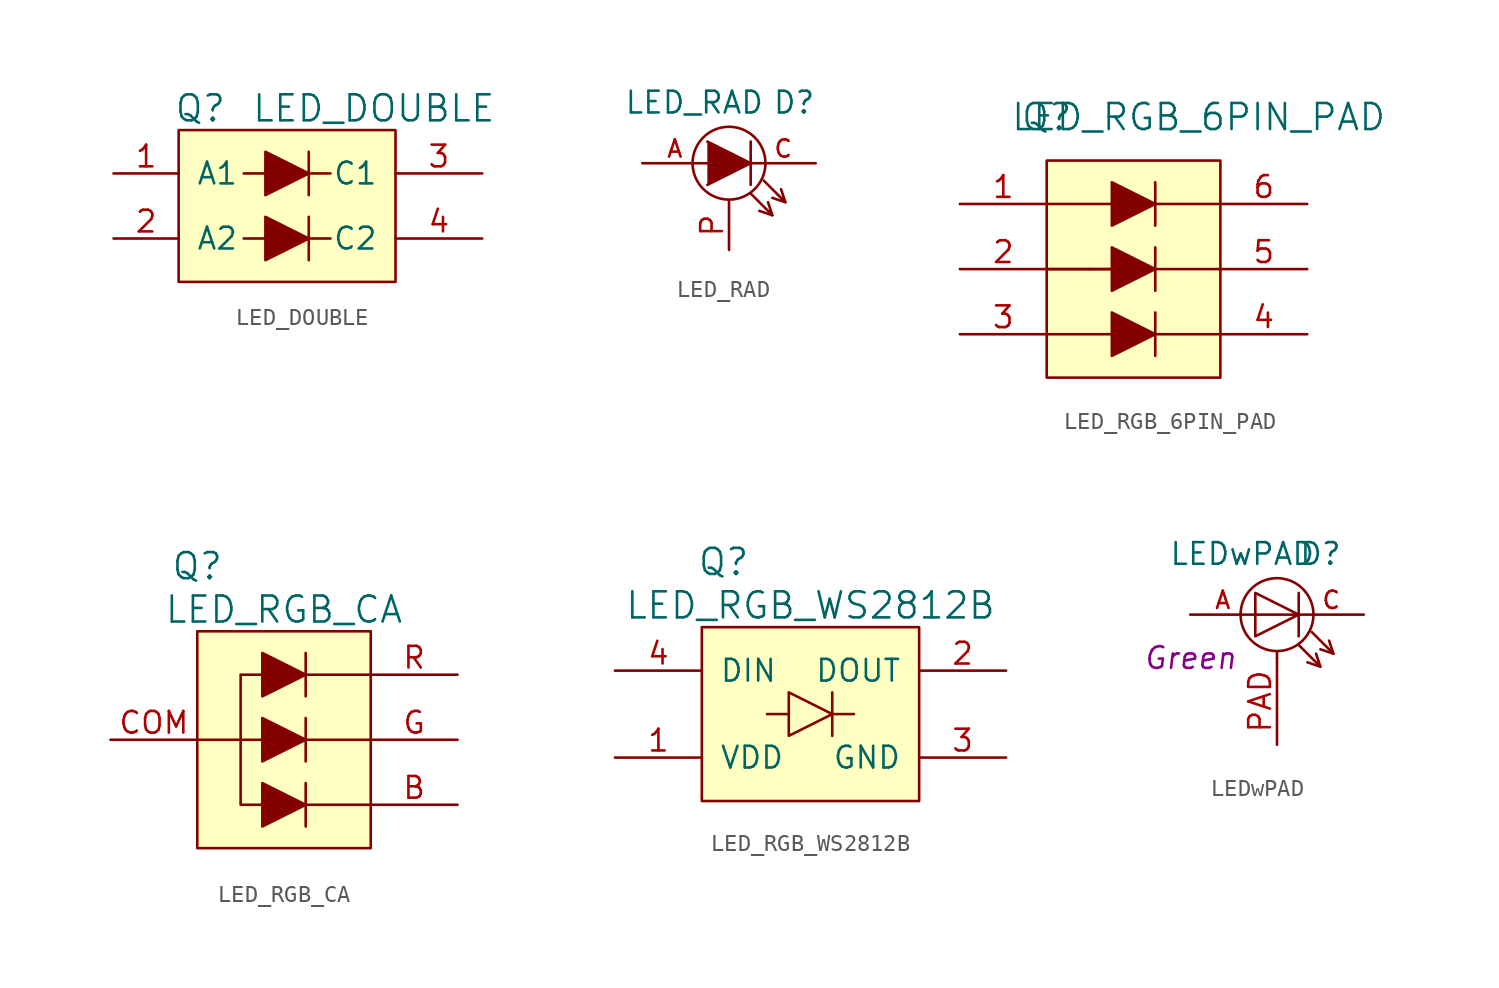
<source format=kicad_sym>
(kicad_symbol_lib
  (version 20201005)
  (generator kicad_symbol_editor)
  (symbol "Tittar_kl:LED_DOUBLE"
    (pin_names
      (offset 1.016))
    (property "Reference" "Q"
      (at -5.08 5.08 0)
      (effects (font (size 1.524 1.524))))
    (property "Value" "LED_DOUBLE"
      (at 5.08 5.08 0)
      (effects (font (size 1.524 1.524))))
    (property "Footprint" ""
      (at 0 -2.54 0)
      (effects (font (size 1.524 1.524))))
    (property "Datasheet" ""
      (at 0 -2.54 0)
      (effects (font (size 1.524 1.524))))
    (symbol "LED_DOUBLE_0_1"
      (rectangle (start -6.35 3.81) (end 6.35 -5.08) (stroke (width 0)) (fill (type background)))
      (polyline (pts (xy -2.54 1.27) (xy -1.27 1.27)) (stroke (width 0)) (fill (type none)))
      (polyline (pts (xy 1.27 -2.54) (xy 2.54 -2.54)) (stroke (width 0)) (fill (type none)))
      (polyline (pts (xy 1.27 1.27) (xy 2.54 1.27)) (stroke (width 0)) (fill (type none)))
      (polyline (pts (xy -2.54 -2.54) (xy -1.27 -2.54) (xy -1.27 -2.54)) (stroke (width 0)) (fill (type none)))
      (polyline (pts (xy 1.27 -1.27) (xy 1.27 -3.81) (xy 1.27 -3.81)) (stroke (width 0)) (fill (type none)))
      (polyline (pts (xy 1.27 2.54) (xy 1.27 0) (xy 1.27 0)) (stroke (width 0)) (fill (type none)))
      (polyline (pts (xy -1.27 -1.27) (xy -1.27 -3.81) (xy 1.27 -2.54) (xy -1.27 -1.27) (xy -1.27 -1.27)) (stroke (width 0)) (fill (type outline)))
      (polyline (pts (xy -1.27 2.54) (xy -1.27 0) (xy 1.27 1.27) (xy -1.27 2.54) (xy -1.27 2.54)) (stroke (width 0)) (fill (type outline))))
    (symbol "LED_DOUBLE_1_1"
      (pin passive line (at -10.16 1.27 0) (length 3.81) (name "A1" (effects (font (size 1.27 1.27)))) (number "1" (effects (font (size 1.27 1.27)))))
      (pin passive line (at -10.16 -2.54 0) (length 3.81) (name "A2" (effects (font (size 1.27 1.27)))) (number "2" (effects (font (size 1.27 1.27)))))
      (pin passive line (at 11.43 1.27 180) (length 5.08) (name "C1" (effects (font (size 1.27 1.27)))) (number "3" (effects (font (size 1.27 1.27)))))
      (pin passive line (at 11.43 -2.54 180) (length 5.08) (name "C2" (effects (font (size 1.27 1.27)))) (number "4" (effects (font (size 1.27 1.27)))))))
  (symbol "Tittar_kl:LED_RAD"
    (pin_names
      (offset 1.016) hide)
    (property "Reference" "D"
      (at 3.81 3.556 0)
      (effects (font (size 1.27 1.27))))
    (property "Value" "LED_RAD"
      (at -2.032 3.556 0)
      (effects (font (size 1.27 1.27))))
    (property "Footprint" ""
      (at 0 0 0)
      (effects (font (size 1.524 1.524))))
    (property "Datasheet" ""
      (at 0 0 0)
      (effects (font (size 1.524 1.524))))
    (symbol "LED_RAD_0_1"
      (circle (center 0 0) (radius 2.134) (stroke (width 0)) (fill (type none)))
      (polyline (pts (xy 1.27 1.27) (xy 1.27 -1.27)) (stroke (width 0)) (fill (type none)))
      (polyline (pts (xy 2.54 -3.048) (xy 1.778 -2.794)) (stroke (width 0)) (fill (type none)))
      (polyline (pts (xy 3.302 -2.286) (xy 2.54 -2.032)) (stroke (width 0)) (fill (type none)))
      (polyline (pts (xy -1.27 1.27) (xy 1.27 0) (xy -1.27 -1.27)) (stroke (width 0)) (fill (type outline)))
      (polyline (pts (xy 1.27 -1.778) (xy 2.54 -3.048) (xy 2.286 -2.286) (xy 2.286 -2.286)) (stroke (width 0)) (fill (type none)))
      (polyline (pts (xy 2.032 -1.016) (xy 3.302 -2.286) (xy 3.048 -1.524) (xy 3.048 -1.524)) (stroke (width 0)) (fill (type none))))
    (symbol "LED_RAD_1_1"
      (pin passive line (at -5.08 0 0) (length 3.81) (name "A" (effects (font (size 1.016 1.016)))) (number "A" (effects (font (size 1.016 1.016)))))
      (pin passive line (at 5.08 0 180) (length 3.81) (name "C" (effects (font (size 1.016 1.016)))) (number "C" (effects (font (size 1.016 1.016)))))
      (pin passive line (at 0 -5.08 90) (length 2.87) (name "~" (effects (font (size 1.27 1.27)))) (number "P" (effects (font (size 1.27 1.27)))))))
  (symbol "Tittar_kl:LED_RGB_6PIN_PAD"
    (pin_names
      (offset 1.016) hide)
    (property "Reference" "Q"
      (at -5.08 8.89 0)
      (effects (font (size 1.524 1.524))))
    (property "Value" "LED_RGB_6PIN_PAD"
      (at 3.81 8.89 0)
      (effects (font (size 1.524 1.524))))
    (symbol "LED_RGB_6PIN_PAD_0_1"
      (rectangle (start -5.08 6.35) (end 5.08 -6.35) (stroke (width 0)) (fill (type background)))
      (polyline (pts (xy -5.08 -3.81) (xy -1.27 -3.81) (xy -1.27 -3.81)) (stroke (width 0)) (fill (type none)))
      (polyline (pts (xy -5.08 0) (xy -2.54 0) (xy -2.54 0)) (stroke (width 0)) (fill (type none)))
      (polyline (pts (xy -5.08 0) (xy -1.27 0) (xy -1.27 0)) (stroke (width 0)) (fill (type none)))
      (polyline (pts (xy -5.08 3.81) (xy -1.27 3.81) (xy -1.27 3.81)) (stroke (width 0)) (fill (type none)))
      (polyline (pts (xy -2.54 0) (xy -1.27 0) (xy -1.27 0)) (stroke (width 0)) (fill (type none)))
      (polyline (pts (xy 1.27 -3.81) (xy 5.08 -3.81) (xy 5.08 -3.81)) (stroke (width 0)) (fill (type none)))
      (polyline (pts (xy 1.27 -2.54) (xy 1.27 -5.08) (xy 1.27 -5.08)) (stroke (width 0)) (fill (type none)))
      (polyline (pts (xy 1.27 0) (xy 5.08 0) (xy 5.08 0)) (stroke (width 0)) (fill (type none)))
      (polyline (pts (xy 1.27 1.27) (xy 1.27 -1.27) (xy 1.27 -1.27)) (stroke (width 0)) (fill (type none)))
      (polyline (pts (xy 1.27 3.81) (xy 5.08 3.81) (xy 5.08 3.81)) (stroke (width 0)) (fill (type none)))
      (polyline (pts (xy 1.27 5.08) (xy 1.27 2.54) (xy 1.27 2.54)) (stroke (width 0)) (fill (type none)))
      (polyline (pts (xy -1.27 -2.54) (xy -1.27 -5.08) (xy 1.27 -3.81) (xy -1.27 -2.54) (xy -1.27 -2.54)) (stroke (width 0)) (fill (type outline)))
      (polyline (pts (xy -1.27 1.27) (xy -1.27 -1.27) (xy 1.27 0) (xy -1.27 1.27) (xy -1.27 1.27)) (stroke (width 0)) (fill (type outline)))
      (polyline (pts (xy -1.27 5.08) (xy -1.27 2.54) (xy 1.27 3.81) (xy -1.27 5.08) (xy -1.27 5.08)) (stroke (width 0)) (fill (type outline))))
    (symbol "LED_RGB_6PIN_PAD_1_1"
      (pin passive line (at -10.16 3.81 0) (length 5.08) (name "~" (effects (font (size 1.27 1.27)))) (number "1" (effects (font (size 1.27 1.27)))))
      (pin passive line (at -10.16 0 0) (length 5.08) (name "~" (effects (font (size 1.27 1.27)))) (number "2" (effects (font (size 1.27 1.27)))))
      (pin passive line (at -10.16 -3.81 0) (length 5.08) (name "~" (effects (font (size 1.27 1.27)))) (number "3" (effects (font (size 1.27 1.27)))))
      (pin passive line (at 10.16 -3.81 180) (length 5.08) (name "B" (effects (font (size 1.27 1.27)))) (number "4" (effects (font (size 1.27 1.27)))))
      (pin passive line (at 10.16 0 180) (length 5.08) (name "G" (effects (font (size 1.27 1.27)))) (number "5" (effects (font (size 1.27 1.27)))))
      (pin passive line (at 10.16 3.81 180) (length 5.08) (name "~" (effects (font (size 1.27 1.27)))) (number "6" (effects (font (size 1.27 1.27)))))))
  (symbol "Tittar_kl:LED_RGB_CA"
    (pin_names
      (offset 1.016) hide)
    (property "Reference" "Q"
      (at -5.08 10.16 0)
      (effects (font (size 1.524 1.524))))
    (property "Value" "LED_RGB_CA"
      (at 0 7.62 0)
      (effects (font (size 1.524 1.524))))
    (property "Footprint" ""
      (at 0 0 0)
      (effects (font (size 1.524 1.524))))
    (property "Datasheet" ""
      (at 0 0 0)
      (effects (font (size 1.524 1.524))))
    (symbol "LED_RGB_CA_0_1"
      (rectangle (start -5.08 6.35) (end 5.08 -6.35) (stroke (width 0)) (fill (type background)))
      (polyline (pts (xy -5.08 0) (xy -2.54 0) (xy -2.54 0)) (stroke (width 0)) (fill (type none)))
      (polyline (pts (xy -2.54 0) (xy -1.27 0) (xy -1.27 0)) (stroke (width 0)) (fill (type none)))
      (polyline (pts (xy 1.27 -3.81) (xy 5.08 -3.81) (xy 5.08 -3.81)) (stroke (width 0)) (fill (type none)))
      (polyline (pts (xy 1.27 -2.54) (xy 1.27 -5.08) (xy 1.27 -5.08)) (stroke (width 0)) (fill (type none)))
      (polyline (pts (xy 1.27 0) (xy 5.08 0) (xy 5.08 0)) (stroke (width 0)) (fill (type none)))
      (polyline (pts (xy 1.27 1.27) (xy 1.27 -1.27) (xy 1.27 -1.27)) (stroke (width 0)) (fill (type none)))
      (polyline (pts (xy 1.27 3.81) (xy 5.08 3.81) (xy 5.08 3.81)) (stroke (width 0)) (fill (type none)))
      (polyline (pts (xy 1.27 5.08) (xy 1.27 2.54) (xy 1.27 2.54)) (stroke (width 0)) (fill (type none)))
      (polyline (pts (xy -1.27 -2.54) (xy -1.27 -5.08) (xy 1.27 -3.81) (xy -1.27 -2.54) (xy -1.27 -2.54)) (stroke (width 0)) (fill (type outline)))
      (polyline (pts (xy -1.27 1.27) (xy -1.27 -1.27) (xy 1.27 0) (xy -1.27 1.27) (xy -1.27 1.27)) (stroke (width 0)) (fill (type outline)))
      (polyline (pts (xy -1.27 3.81) (xy -2.54 3.81) (xy -2.54 -3.81) (xy -1.27 -3.81) (xy -1.27 -3.81)) (stroke (width 0)) (fill (type none)))
      (polyline (pts (xy -1.27 5.08) (xy -1.27 2.54) (xy 1.27 3.81) (xy -1.27 5.08) (xy -1.27 5.08)) (stroke (width 0)) (fill (type outline))))
    (symbol "LED_RGB_CA_1_1"
      (pin passive line (at 10.16 -3.81 180) (length 5.08) (name "B" (effects (font (size 1.27 1.27)))) (number "B" (effects (font (size 1.27 1.27)))))
      (pin passive line (at -10.16 0 0) (length 5.08) (name "COM" (effects (font (size 1.27 1.27)))) (number "COM" (effects (font (size 1.27 1.27)))))
      (pin passive line (at 10.16 0 180) (length 5.08) (name "G" (effects (font (size 1.27 1.27)))) (number "G" (effects (font (size 1.27 1.27)))))
      (pin passive line (at 10.16 3.81 180) (length 5.08) (name "R" (effects (font (size 1.27 1.27)))) (number "R" (effects (font (size 1.27 1.27)))))))
  (symbol "Tittar_kl:LED_RGB_WS2812B"
    (pin_names
      (offset 1.016))
    (property "Reference" "Q"
      (at -5.08 8.89 0)
      (effects (font (size 1.524 1.524))))
    (property "Value" "LED_RGB_WS2812B"
      (at 0 6.35 0)
      (effects (font (size 1.524 1.524))))
    (symbol "LED_RGB_WS2812B_0_1"
      (rectangle (start -6.35 5.08) (end 6.35 -5.08) (stroke (width 0)) (fill (type background)))
      (polyline (pts (xy -1.27 0) (xy -2.54 0)) (stroke (width 0)) (fill (type none)))
      (polyline (pts (xy 1.27 0) (xy 2.54 0)) (stroke (width 0)) (fill (type none)))
      (polyline (pts (xy 1.27 1.27) (xy 1.27 -1.27)) (stroke (width 0)) (fill (type none)))
      (polyline (pts (xy -1.27 1.27) (xy 1.27 0) (xy -1.27 -1.27) (xy -1.27 1.27)) (stroke (width 0)) (fill (type none))))
    (symbol "LED_RGB_WS2812B_1_1"
      (pin power_in line (at -11.43 -2.54 0) (length 5.08) (name "VDD" (effects (font (size 1.27 1.27)))) (number "1" (effects (font (size 1.27 1.27)))))
      (pin passive line (at 11.43 2.54 180) (length 5.08) (name "DOUT" (effects (font (size 1.27 1.27)))) (number "2" (effects (font (size 1.27 1.27)))))
      (pin power_in line (at 11.43 -2.54 180) (length 5.08) (name "GND" (effects (font (size 1.27 1.27)))) (number "3" (effects (font (size 1.27 1.27)))))
      (pin passive line (at -11.43 2.54 0) (length 5.08) (name "DIN" (effects (font (size 1.27 1.27)))) (number "4" (effects (font (size 1.27 1.27)))))))
  (symbol "Tittar_kl:LEDwPAD"
    (pin_names
      (offset 1.016) hide)
    (property "Reference" "D"
      (at 2.54 3.556 0)
      (effects (font (size 1.27 1.27))))
    (property "Value" "LEDwPAD"
      (at -2.032 3.556 0)
      (effects (font (size 1.27 1.27))))
    (property "Color" "Green"
      (at -5.08 -2.54 0)
      (effects (font (size 1.27 1.27) italic)))
    (symbol "LEDwPAD_0_1"
      (circle (center 0 0) (radius 2.134) (stroke (width 0)) (fill (type none)))
      (polyline (pts (xy 0 -2.54) (xy 0 -2.159)) (stroke (width 0)) (fill (type none)))
      (polyline (pts (xy 1.27 1.27) (xy 1.27 -1.27)) (stroke (width 0)) (fill (type none)))
      (polyline (pts (xy 2.54 -3.048) (xy 1.778 -2.794)) (stroke (width 0)) (fill (type none)))
      (polyline (pts (xy 3.302 -2.286) (xy 2.54 -2.032)) (stroke (width 0)) (fill (type none)))
      (polyline (pts (xy 1.27 -1.778) (xy 2.54 -3.048) (xy 2.286 -2.286) (xy 2.286 -2.286)) (stroke (width 0)) (fill (type none)))
      (polyline (pts (xy 2.032 -1.016) (xy 3.302 -2.286) (xy 3.048 -1.524) (xy 3.048 -1.524)) (stroke (width 0)) (fill (type none)))
      (polyline (pts (xy 1.27 0) (xy -1.27 -1.27) (xy -1.27 1.27) (xy 1.27 0) (xy -1.27 0)) (stroke (width 0)) (fill (type none))))
    (symbol "LEDwPAD_1_1"
      (pin passive line (at -5.08 0 0) (length 3.81) (name "A" (effects (font (size 1.016 1.016)))) (number "A" (effects (font (size 1.016 1.016)))))
      (pin passive line (at 5.08 0 180) (length 3.81) (name "C" (effects (font (size 1.016 1.016)))) (number "C" (effects (font (size 1.016 1.016)))))
      (pin passive line (at 0 -7.62 90) (length 5.08) (name "~" (effects (font (size 1.27 1.27)))) (number "PAD" (effects (font (size 1.27 1.27))))))))
</source>
